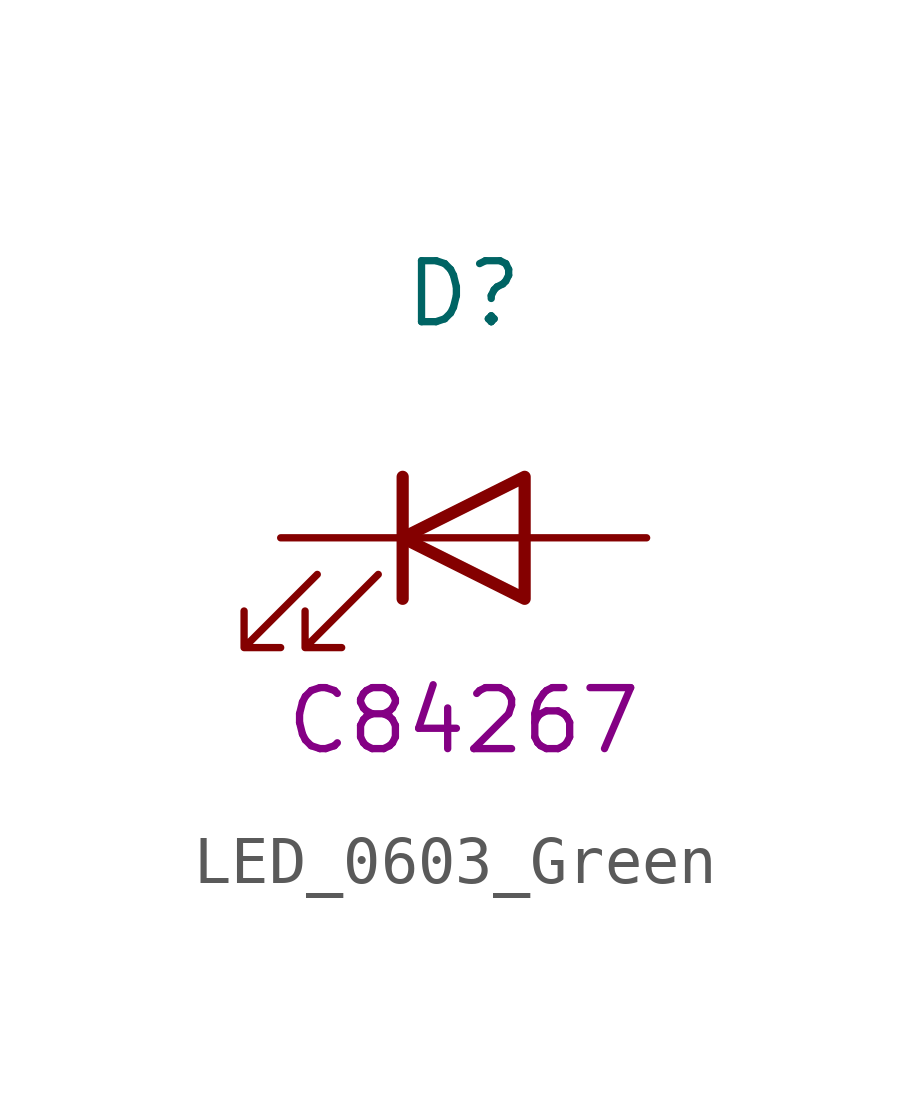
<source format=kicad_sym>
(kicad_symbol_lib
  (version 20220914)
  (generator kicad_symbol_editor)
  (symbol "LED_0603_Green"
    (pin_numbers hide)
    (pin_names
      (offset 1.016) hide)
    (property "Reference" "D"
      (at 0 5.08 0)
      (effects (font (size 1.27 1.27))))
    (property "LCSC" "C84267"
      (at 0 -3.81 0)
      (effects (font (size 1.27 1.27))))
    (property "Silkscreen" ""
      (at 0 2.54 0)
      (effects (font (size 1.27 1.27))))
    (symbol "LED_0603_Green_0_1"
      (polyline (pts (xy -1.27 -1.27) (xy -1.27 1.27)) (stroke (width 0.254) (type default)) (fill (type none)))
      (polyline (pts (xy -1.27 0) (xy 1.27 0)) (stroke (width 0) (type default)) (fill (type none)))
      (polyline (pts (xy 1.27 -1.27) (xy 1.27 1.27) (xy -1.27 0) (xy 1.27 -1.27)) (stroke (width 0.254) (type default)) (fill (type none)))
      (polyline (pts (xy -3.048 -0.762) (xy -4.572 -2.286) (xy -3.81 -2.286) (xy -4.572 -2.286) (xy -4.572 -1.524)) (stroke (width 0) (type default)) (fill (type none)))
      (polyline (pts (xy -1.778 -0.762) (xy -3.302 -2.286) (xy -2.54 -2.286) (xy -3.302 -2.286) (xy -3.302 -1.524)) (stroke (width 0) (type default)) (fill (type none))))
    (symbol "LED_0603_Green_1_1"
      (pin passive line (at -3.81 0 0) (length 2.54) (name "K" (effects (font (size 1.27 1.27)))) (number "1" (effects (font (size 1.27 1.27)))))
      (pin passive line (at 3.81 0 180) (length 2.54) (name "A" (effects (font (size 1.27 1.27)))) (number "2" (effects (font (size 1.27 1.27))))))))
</source>
